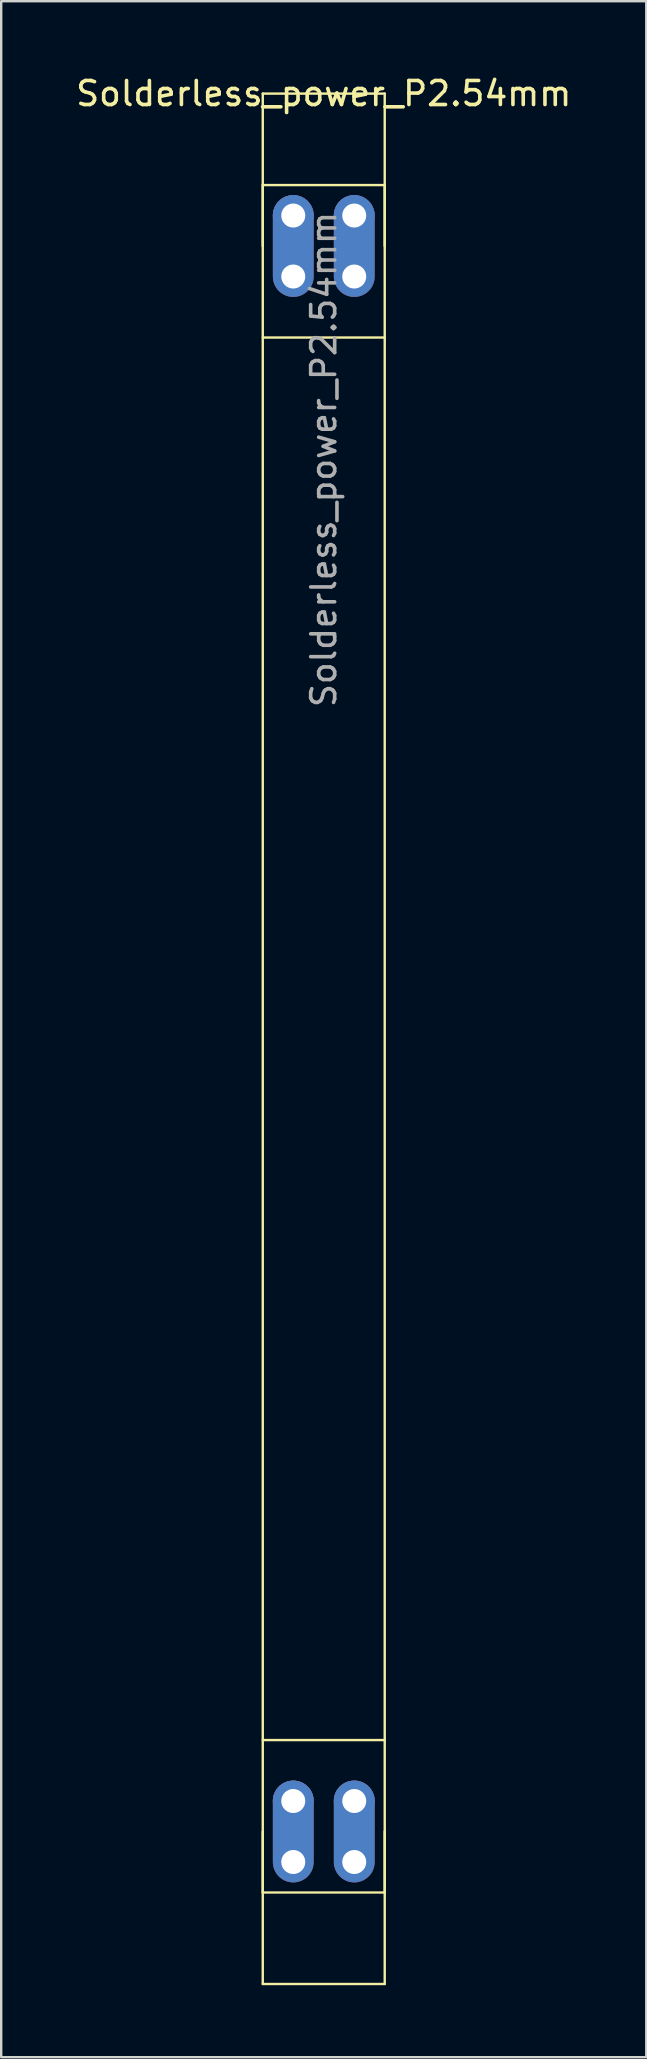
<source format=kicad_pcb>
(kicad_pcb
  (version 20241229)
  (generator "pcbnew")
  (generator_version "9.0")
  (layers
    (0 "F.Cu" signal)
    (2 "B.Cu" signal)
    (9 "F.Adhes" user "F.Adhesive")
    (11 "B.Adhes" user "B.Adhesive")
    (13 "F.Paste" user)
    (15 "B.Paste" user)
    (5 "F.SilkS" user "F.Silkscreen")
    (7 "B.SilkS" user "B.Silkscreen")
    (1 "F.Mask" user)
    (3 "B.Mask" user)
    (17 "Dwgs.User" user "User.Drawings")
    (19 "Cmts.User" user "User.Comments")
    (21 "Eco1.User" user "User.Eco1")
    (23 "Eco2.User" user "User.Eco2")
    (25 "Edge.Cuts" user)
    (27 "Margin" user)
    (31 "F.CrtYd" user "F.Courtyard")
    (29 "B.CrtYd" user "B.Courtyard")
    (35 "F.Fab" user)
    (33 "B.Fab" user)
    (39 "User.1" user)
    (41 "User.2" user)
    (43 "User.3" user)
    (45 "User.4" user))
  (footprint "Solderless_power_P2.54mm"
    (layer "F.Cu")
    (at 7.895 3.388)
    (property "Reference" "Solderless_power_P2.54mm" (at 2.54 -2.54 0) (layer "F.SilkS") (effects (font (size 1 1) (thickness 0.15))))
    (attr through_hole)
    (fp_line (start 0 -2.54) (end 0 76.2) (stroke (width 0.1) (type default)) (layer "F.SilkS"))
    (fp_line (start 0 1.27) (end 0 3.81) (stroke (width 0.1) (type default)) (layer "F.SilkS"))
    (fp_line (start 0 1.27) (end 5.08 1.27) (stroke (width 0.1) (type default)) (layer "F.SilkS"))
    (fp_line (start 0 7.62) (end 5.08 7.62) (stroke (width 0.1) (type default)) (layer "F.SilkS"))
    (fp_line (start 0 66.04) (end 5.08 66.04) (stroke (width 0.1) (type default)) (layer "F.SilkS"))
    (fp_line (start 0 69.85) (end 0 72.39) (stroke (width 0.1) (type default)) (layer "F.SilkS"))
    (fp_line (start 0 72.39) (end 5.08 72.39) (stroke (width 0.1) (type default)) (layer "F.SilkS"))
    (fp_line (start 0 76.2) (end 5.08 76.2) (stroke (width 0.1) (type default)) (layer "F.SilkS"))
    (fp_line (start 5.08 -2.54) (end 0 -2.54) (stroke (width 0.1) (type default)) (layer "F.SilkS"))
    (fp_line (start 5.08 1.27) (end 5.08 3.81) (stroke (width 0.1) (type default)) (layer "F.SilkS"))
    (fp_line (start 5.08 69.85) (end 5.08 72.39) (stroke (width 0.1) (type default)) (layer "F.SilkS"))
    (fp_line (start 5.08 76.2) (end 5.08 -2.54) (stroke (width 0.1) (type default)) (layer "F.SilkS"))
    (fp_text user "${REFERENCE}" (at 2.54 12.7 90) (layer "F.Fab") (effects (font (size 1 1) (thickness 0.15))))
    (pad "1" thru_hole oval (at 1.27 2.54) (size 1.7 1.7) (drill 1) (layers "*.Cu" "*.Mask"))
    (pad "1" thru_hole oval (at 1.27 5.08) (size 1.7 4.24) (drill 1 (offset 0 -1.27)) (layers "*.Cu" "*.Mask"))
    (pad "2" thru_hole oval (at 3.81 2.54) (size 1.7 1.7) (drill 1) (layers "*.Cu" "*.Mask"))
    (pad "2" thru_hole oval (at 3.81 5.08) (size 1.7 4.24) (drill 1 (offset 0 -1.27)) (layers "*.Cu" "*.Mask"))
    (pad "3" thru_hole oval (at 1.27 68.58) (size 1.7 1.7) (drill 1) (layers "*.Cu" "*.Mask"))
    (pad "3" thru_hole oval (at 1.27 71.12) (size 1.7 4.24) (drill 1 (offset 0 -1.27)) (layers "*.Cu" "*.Mask"))
    (pad "4" thru_hole oval (at 3.81 68.58) (size 1.7 1.7) (drill 1) (layers "*.Cu" "*.Mask"))
    (pad "4" thru_hole oval (at 3.81 71.12) (size 1.7 4.24) (drill 1 (offset 0 -1.27)) (layers "*.Cu" "*.Mask")))
  (gr_rect
    (start -3 -3)
    (end 23.869 82.638)
    (stroke (width 0.1) (type default))
    (fill no)
    (layer "Edge.Cuts")))
</source>
